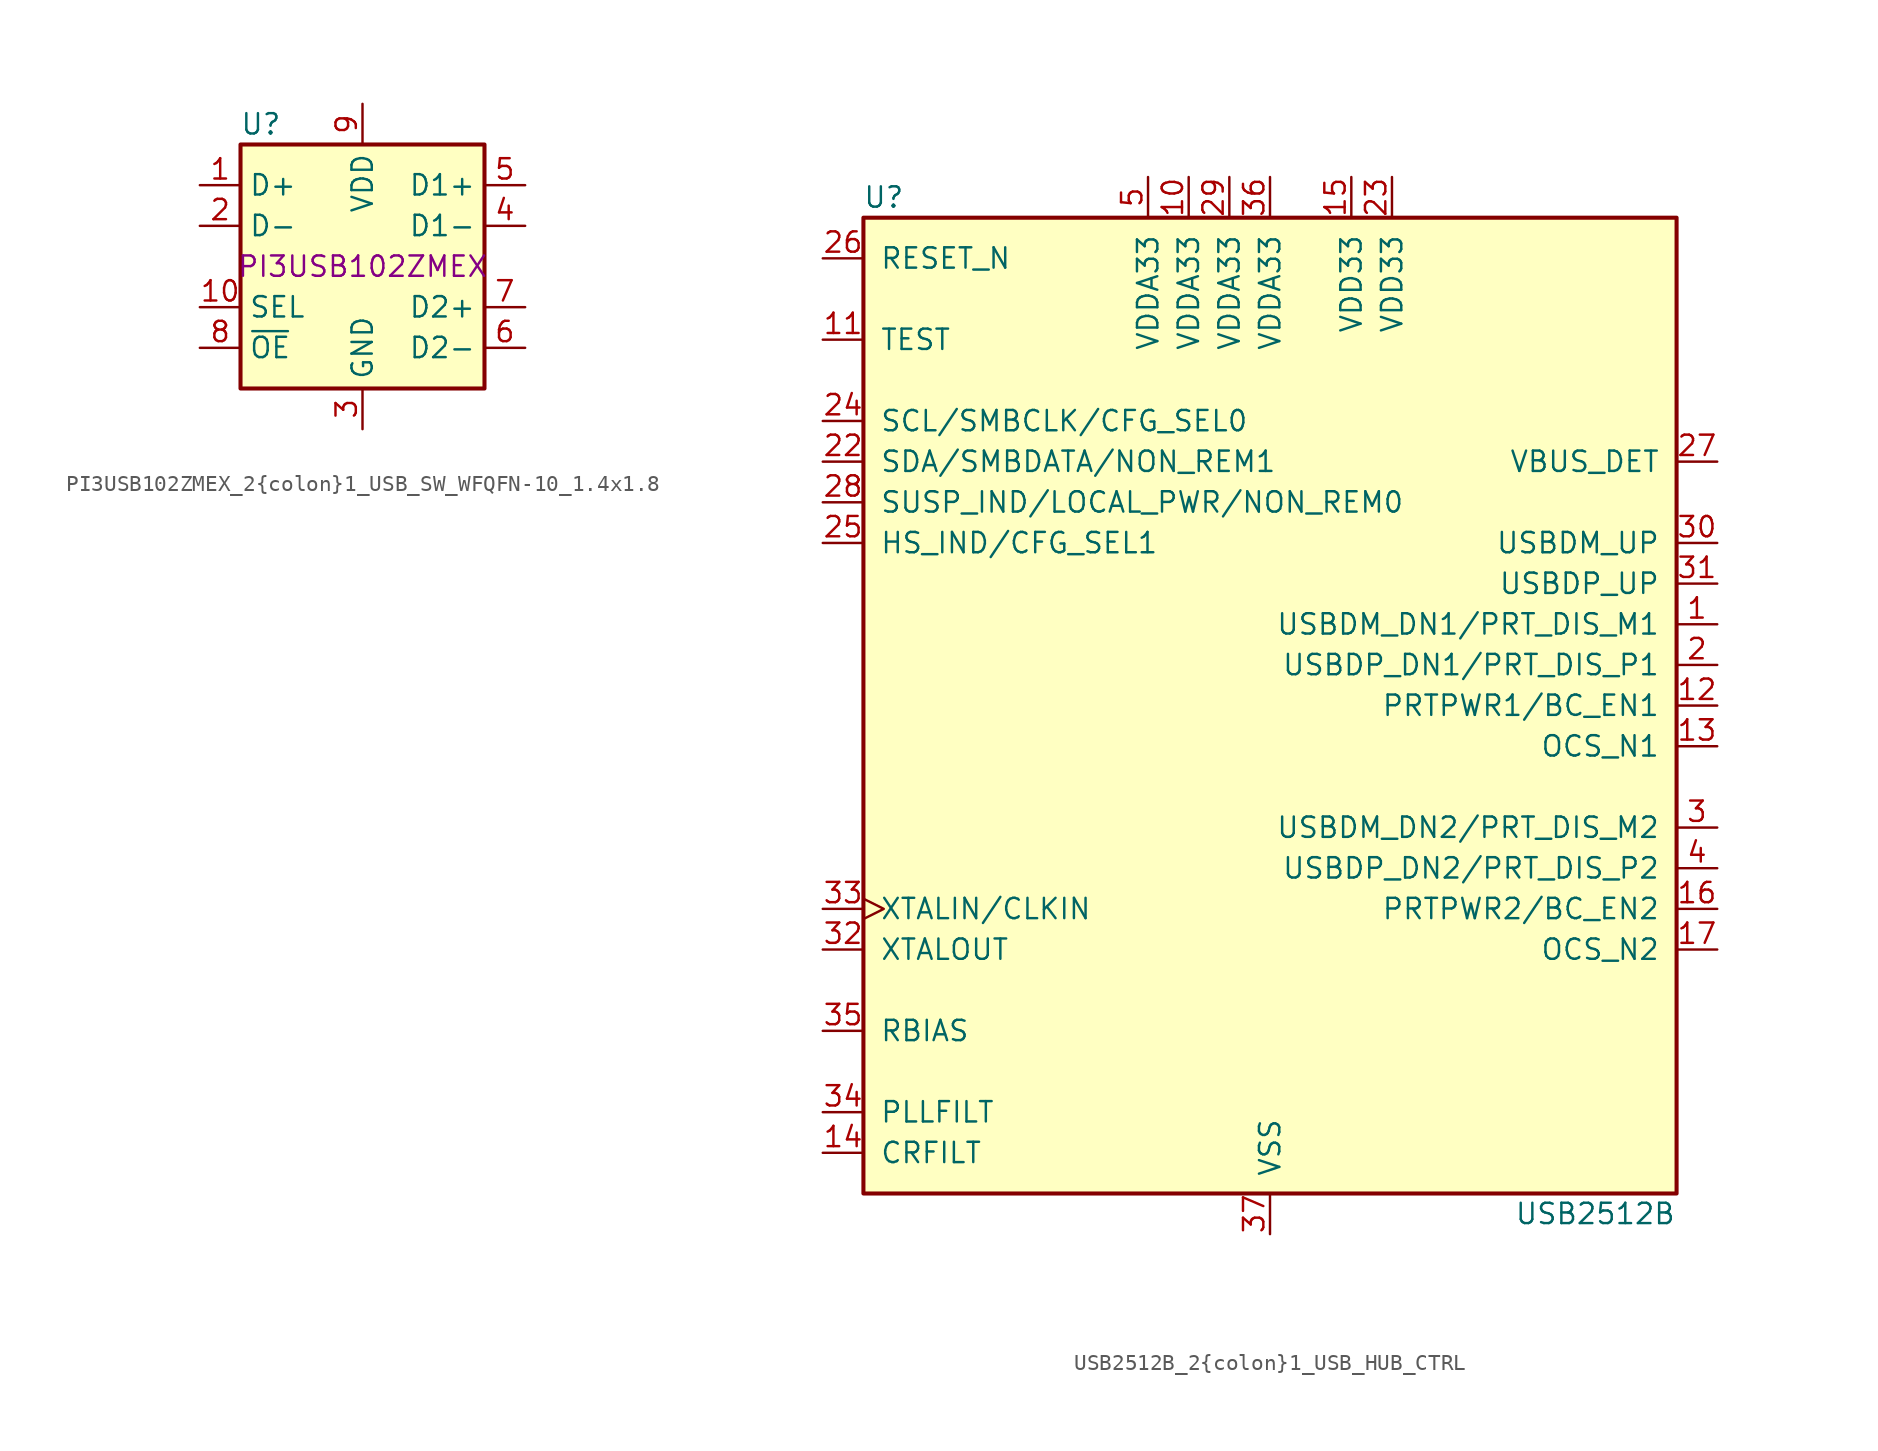
<source format=kicad_sym>
(kicad_symbol_lib
  (version 20220914)
  (generator kicad_symbol_editor)
  (symbol "PI3USB102ZMEX_2{colon}1_USB_SW_WFQFN-10_1.4x1.8"
    (property "Reference" "U"
      (at -6.35 8.89 0)
      (effects (font (size 1.27 1.27))))
    (property "Manufacturer Part Number" "PI3USB102ZMEX"
      (at 0 0 0)
      (effects (font (size 1.27 1.27))))
    (symbol "PI3USB102ZMEX_2{colon}1_USB_SW_WFQFN-10_1.4x1.8_0_1"
      (rectangle (start 7.62 7.62) (end -7.62 -7.62) (stroke (width 0.254) (type default)) (fill (type background))))
    (symbol "PI3USB102ZMEX_2{colon}1_USB_SW_WFQFN-10_1.4x1.8_1_1"
      (pin bidirectional line (at -10.16 5.08 0) (length 2.54) (name "D+" (effects (font (size 1.27 1.27)))) (number "1" (effects (font (size 1.27 1.27)))))
      (pin input line (at -10.16 -2.54 0) (length 2.54) (name "SEL" (effects (font (size 1.27 1.27)))) (number "10" (effects (font (size 1.27 1.27)))))
      (pin bidirectional line (at -10.16 2.54 0) (length 2.54) (name "D-" (effects (font (size 1.27 1.27)))) (number "2" (effects (font (size 1.27 1.27)))))
      (pin power_in line (at 0 -10.16 90) (length 2.54) (name "GND" (effects (font (size 1.27 1.27)))) (number "3" (effects (font (size 1.27 1.27)))))
      (pin bidirectional line (at 10.16 2.54 180) (length 2.54) (name "D1-" (effects (font (size 1.27 1.27)))) (number "4" (effects (font (size 1.27 1.27)))))
      (pin bidirectional line (at 10.16 5.08 180) (length 2.54) (name "D1+" (effects (font (size 1.27 1.27)))) (number "5" (effects (font (size 1.27 1.27)))))
      (pin bidirectional line (at 10.16 -5.08 180) (length 2.54) (name "D2-" (effects (font (size 1.27 1.27)))) (number "6" (effects (font (size 1.27 1.27)))))
      (pin bidirectional line (at 10.16 -2.54 180) (length 2.54) (name "D2+" (effects (font (size 1.27 1.27)))) (number "7" (effects (font (size 1.27 1.27)))))
      (pin input line (at -10.16 -5.08 0) (length 2.54) (name "~{OE}" (effects (font (size 1.27 1.27)))) (number "8" (effects (font (size 1.27 1.27)))))
      (pin power_in line (at 0 10.16 270) (length 2.54) (name "VDD" (effects (font (size 1.27 1.27)))) (number "9" (effects (font (size 1.27 1.27)))))))
  (symbol "USB2512B_2{colon}1_USB_HUB_CTRL"
    (pin_names
      (offset 1.016))
    (property "Reference" "U"
      (at -24.13 31.75 0)
      (effects (font (size 1.27 1.27))))
    (property "Value" "USB2512B"
      (at 20.32 -31.75 0)
      (effects (font (size 1.27 1.27))))
    (symbol "USB2512B_2{colon}1_USB_HUB_CTRL_0_1"
      (rectangle (start -25.4 30.48) (end 25.4 -30.48) (stroke (width 0.254) (type default)) (fill (type background))))
    (symbol "USB2512B_2{colon}1_USB_HUB_CTRL_1_1"
      (pin bidirectional line (at 27.94 5.08 180) (length 2.54) (name "USBDM_DN1/PRT_DIS_M1" (effects (font (size 1.27 1.27)))) (number "1" (effects (font (size 1.27 1.27)))))
      (pin power_in line (at -5.08 33.02 270) (length 2.54) (name "VDDA33" (effects (font (size 1.27 1.27)))) (number "10" (effects (font (size 1.27 1.27)))))
      (pin input line (at -27.94 22.86 0) (length 2.54) (name "TEST" (effects (font (size 1.27 1.27)))) (number "11" (effects (font (size 1.27 1.27)))))
      (pin bidirectional line (at 27.94 0 180) (length 2.54) (name "PRTPWR1/BC_EN1" (effects (font (size 1.27 1.27)))) (number "12" (effects (font (size 1.27 1.27)))))
      (pin input line (at 27.94 -2.54 180) (length 2.54) (name "OCS_N1" (effects (font (size 1.27 1.27)))) (number "13" (effects (font (size 1.27 1.27)))))
      (pin input line (at -27.94 -27.94 0) (length 2.54) (name "CRFILT" (effects (font (size 1.27 1.27)))) (number "14" (effects (font (size 1.27 1.27)))))
      (pin power_in line (at 5.08 33.02 270) (length 2.54) (name "VDD33" (effects (font (size 1.27 1.27)))) (number "15" (effects (font (size 1.27 1.27)))))
      (pin bidirectional line (at 27.94 -12.7 180) (length 2.54) (name "PRTPWR2/BC_EN2" (effects (font (size 1.27 1.27)))) (number "16" (effects (font (size 1.27 1.27)))))
      (pin input line (at 27.94 -15.24 180) (length 2.54) (name "OCS_N2" (effects (font (size 1.27 1.27)))) (number "17" (effects (font (size 1.27 1.27)))))
      (pin no_connect line (at -27.94 2.54 0) (length 2.54) hide (name "NC" (effects (font (size 1.27 1.27)))) (number "18" (effects (font (size 1.27 1.27)))))
      (pin no_connect line (at -27.94 0 0) (length 2.54) hide (name "NC" (effects (font (size 1.27 1.27)))) (number "19" (effects (font (size 1.27 1.27)))))
      (pin bidirectional line (at 27.94 2.54 180) (length 2.54) (name "USBDP_DN1/PRT_DIS_P1" (effects (font (size 1.27 1.27)))) (number "2" (effects (font (size 1.27 1.27)))))
      (pin no_connect line (at -27.94 -7.62 0) (length 2.54) hide (name "NC" (effects (font (size 1.27 1.27)))) (number "20" (effects (font (size 1.27 1.27)))))
      (pin no_connect line (at -27.94 -10.16 0) (length 2.54) hide (name "NC" (effects (font (size 1.27 1.27)))) (number "21" (effects (font (size 1.27 1.27)))))
      (pin bidirectional line (at -27.94 15.24 0) (length 2.54) (name "SDA/SMBDATA/NON_REM1" (effects (font (size 1.27 1.27)))) (number "22" (effects (font (size 1.27 1.27)))))
      (pin power_in line (at 7.62 33.02 270) (length 2.54) (name "VDD33" (effects (font (size 1.27 1.27)))) (number "23" (effects (font (size 1.27 1.27)))))
      (pin bidirectional line (at -27.94 17.78 0) (length 2.54) (name "SCL/SMBCLK/CFG_SEL0" (effects (font (size 1.27 1.27)))) (number "24" (effects (font (size 1.27 1.27)))))
      (pin bidirectional line (at -27.94 10.16 0) (length 2.54) (name "HS_IND/CFG_SEL1" (effects (font (size 1.27 1.27)))) (number "25" (effects (font (size 1.27 1.27)))))
      (pin input line (at -27.94 27.94 0) (length 2.54) (name "RESET_N" (effects (font (size 1.27 1.27)))) (number "26" (effects (font (size 1.27 1.27)))))
      (pin input line (at 27.94 15.24 180) (length 2.54) (name "VBUS_DET" (effects (font (size 1.27 1.27)))) (number "27" (effects (font (size 1.27 1.27)))))
      (pin bidirectional line (at -27.94 12.7 0) (length 2.54) (name "SUSP_IND/LOCAL_PWR/NON_REM0" (effects (font (size 1.27 1.27)))) (number "28" (effects (font (size 1.27 1.27)))))
      (pin power_in line (at -2.54 33.02 270) (length 2.54) (name "VDDA33" (effects (font (size 1.27 1.27)))) (number "29" (effects (font (size 1.27 1.27)))))
      (pin bidirectional line (at 27.94 -7.62 180) (length 2.54) (name "USBDM_DN2/PRT_DIS_M2" (effects (font (size 1.27 1.27)))) (number "3" (effects (font (size 1.27 1.27)))))
      (pin bidirectional line (at 27.94 10.16 180) (length 2.54) (name "USBDM_UP" (effects (font (size 1.27 1.27)))) (number "30" (effects (font (size 1.27 1.27)))))
      (pin bidirectional line (at 27.94 7.62 180) (length 2.54) (name "USBDP_UP" (effects (font (size 1.27 1.27)))) (number "31" (effects (font (size 1.27 1.27)))))
      (pin output line (at -27.94 -15.24 0) (length 2.54) (name "XTALOUT" (effects (font (size 1.27 1.27)))) (number "32" (effects (font (size 1.27 1.27)))))
      (pin input clock (at -27.94 -12.7 0) (length 2.54) (name "XTALIN/CLKIN" (effects (font (size 1.27 1.27)))) (number "33" (effects (font (size 1.27 1.27)))))
      (pin input line (at -27.94 -25.4 0) (length 2.54) (name "PLLFILT" (effects (font (size 1.27 1.27)))) (number "34" (effects (font (size 1.27 1.27)))))
      (pin input line (at -27.94 -20.32 0) (length 2.54) (name "RBIAS" (effects (font (size 1.27 1.27)))) (number "35" (effects (font (size 1.27 1.27)))))
      (pin power_in line (at 0 33.02 270) (length 2.54) (name "VDDA33" (effects (font (size 1.27 1.27)))) (number "36" (effects (font (size 1.27 1.27)))))
      (pin power_in line (at 0 -33.02 90) (length 2.54) (name "VSS" (effects (font (size 1.27 1.27)))) (number "37" (effects (font (size 1.27 1.27)))))
      (pin bidirectional line (at 27.94 -10.16 180) (length 2.54) (name "USBDP_DN2/PRT_DIS_P2" (effects (font (size 1.27 1.27)))) (number "4" (effects (font (size 1.27 1.27)))))
      (pin power_in line (at -7.62 33.02 270) (length 2.54) (name "VDDA33" (effects (font (size 1.27 1.27)))) (number "5" (effects (font (size 1.27 1.27)))))
      (pin no_connect line (at -27.94 7.62 0) (length 2.54) hide (name "NC" (effects (font (size 1.27 1.27)))) (number "6" (effects (font (size 1.27 1.27)))))
      (pin no_connect line (at -27.94 5.08 0) (length 2.54) hide (name "NC" (effects (font (size 1.27 1.27)))) (number "7" (effects (font (size 1.27 1.27)))))
      (pin no_connect line (at -27.94 -2.54 0) (length 2.54) hide (name "NC" (effects (font (size 1.27 1.27)))) (number "8" (effects (font (size 1.27 1.27)))))
      (pin no_connect line (at -27.94 -5.08 0) (length 2.54) hide (name "NC" (effects (font (size 1.27 1.27)))) (number "9" (effects (font (size 1.27 1.27))))))))
</source>
